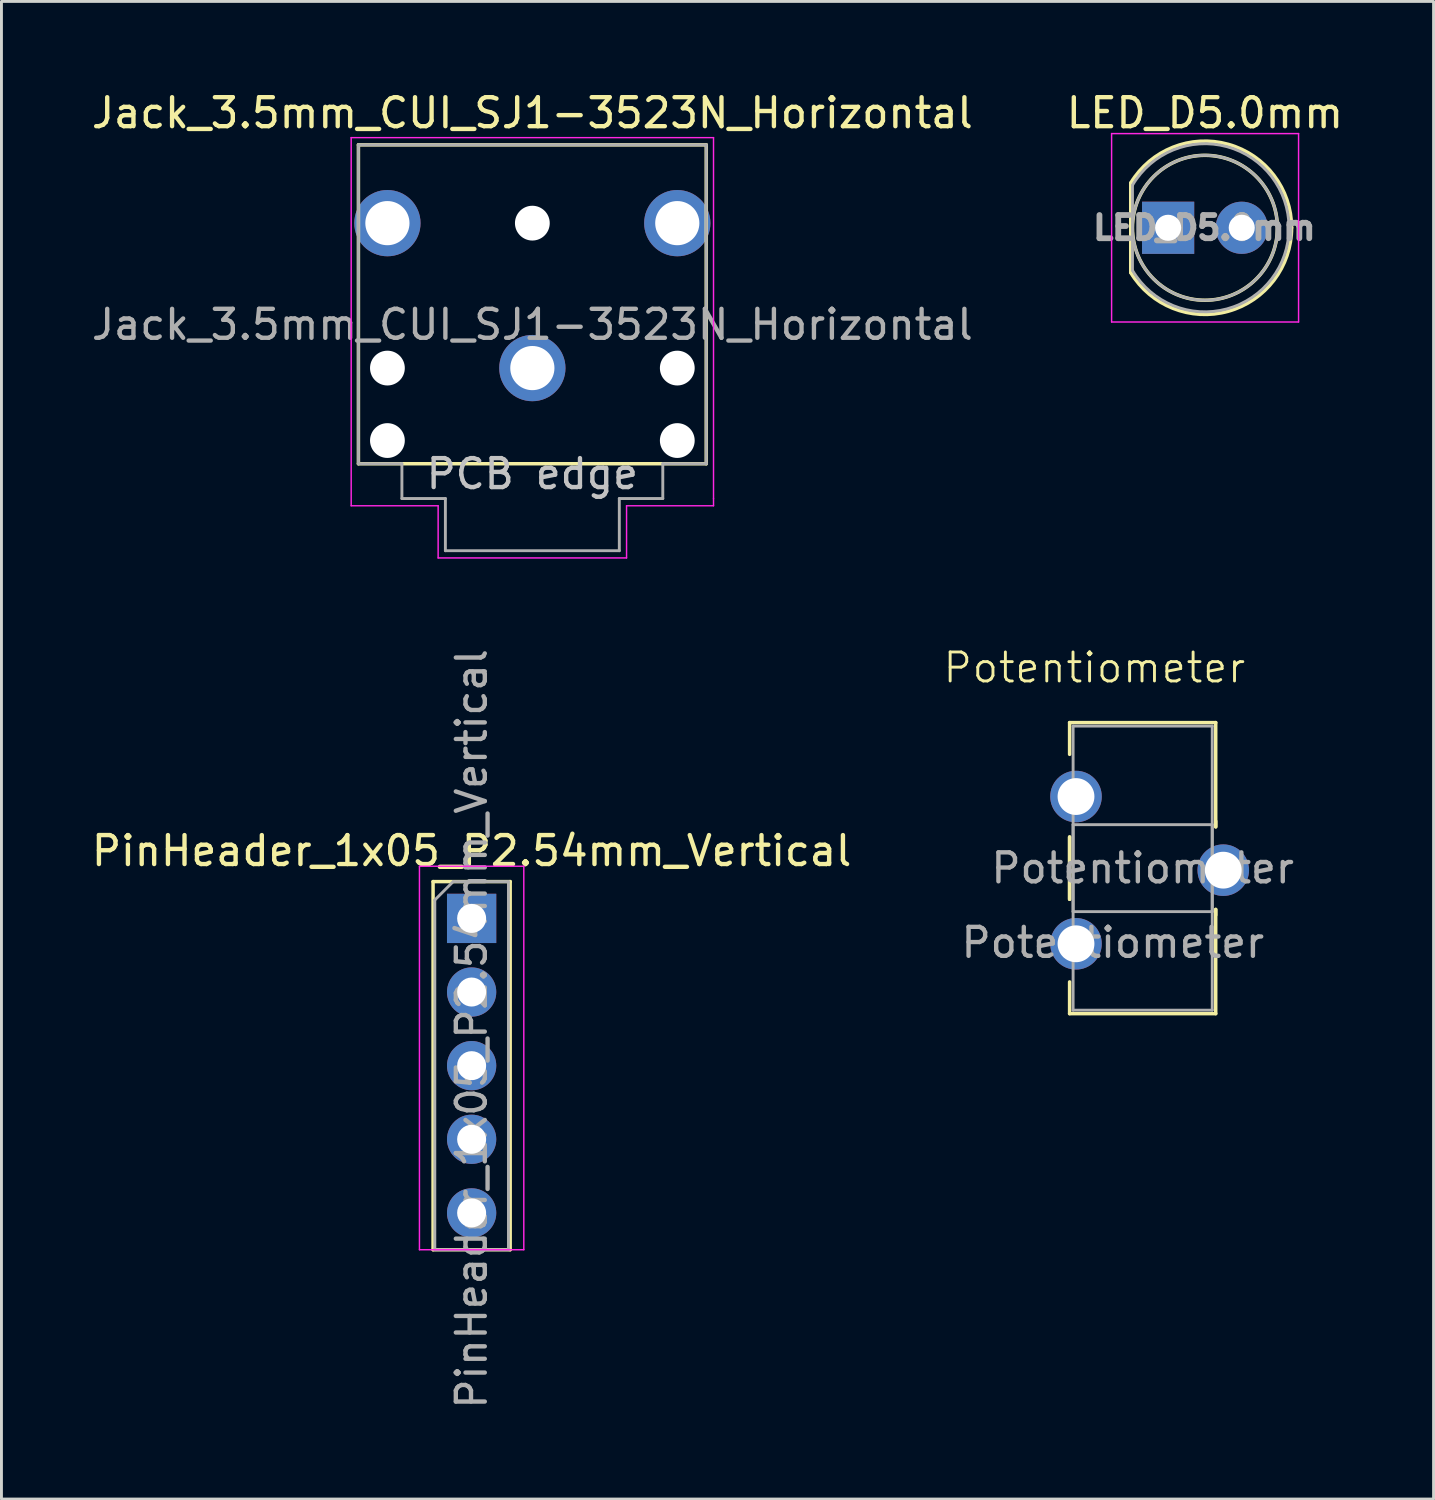
<source format=kicad_pcb>
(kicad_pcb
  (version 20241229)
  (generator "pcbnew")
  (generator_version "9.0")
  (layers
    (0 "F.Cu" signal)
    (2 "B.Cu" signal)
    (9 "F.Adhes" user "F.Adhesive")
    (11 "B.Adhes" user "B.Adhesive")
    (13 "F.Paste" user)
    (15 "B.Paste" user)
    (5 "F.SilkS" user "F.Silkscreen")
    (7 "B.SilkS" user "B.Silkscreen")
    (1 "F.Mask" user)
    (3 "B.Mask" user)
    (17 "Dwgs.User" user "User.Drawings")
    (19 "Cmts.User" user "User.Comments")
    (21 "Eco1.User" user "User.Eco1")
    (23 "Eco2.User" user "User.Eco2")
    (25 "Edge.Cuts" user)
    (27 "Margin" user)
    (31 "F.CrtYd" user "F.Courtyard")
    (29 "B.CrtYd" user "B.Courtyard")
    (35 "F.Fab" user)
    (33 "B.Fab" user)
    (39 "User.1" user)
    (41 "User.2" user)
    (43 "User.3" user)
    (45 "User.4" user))
  (footprint "PinHeader_1x05_P2.54mm_Vertical"
    (layer "F.Cu")
    (at 13.22 28.633)
    (property "Reference" "PinHeader_1x05_P2.54mm_Vertical" (at 0 -2.33 0) (layer "F.SilkS") (effects (font (size 1 1) (thickness 0.15))))
    (attr through_hole)
    (fp_line (start -1.33 -1.27) (end -1.33 11.43) (stroke (width 0.12) (type solid)) (layer "F.SilkS"))
    (fp_line (start -1.33 -1.27) (end 1.33 -1.27) (stroke (width 0.12) (type solid)) (layer "F.SilkS"))
    (fp_line (start -1.33 11.43) (end 1.33 11.43) (stroke (width 0.12) (type solid)) (layer "F.SilkS"))
    (fp_line (start 1.33 -1.27) (end 1.33 11.43) (stroke (width 0.12) (type solid)) (layer "F.SilkS"))
    (fp_line (start -1.8 -1.8) (end -1.8 11.43) (stroke (width 0.05) (type solid)) (layer "F.CrtYd"))
    (fp_line (start -1.8 11.43) (end 1.8 11.43) (stroke (width 0.05) (type solid)) (layer "F.CrtYd"))
    (fp_line (start 1.8 -1.8) (end -1.8 -1.8) (stroke (width 0.05) (type solid)) (layer "F.CrtYd"))
    (fp_line (start 1.8 11.43) (end 1.8 -1.8) (stroke (width 0.05) (type solid)) (layer "F.CrtYd"))
    (fp_line (start -1.27 -0.635) (end -0.635 -1.27) (stroke (width 0.1) (type solid)) (layer "F.Fab"))
    (fp_line (start -1.27 11.43) (end -1.27 -0.635) (stroke (width 0.1) (type solid)) (layer "F.Fab"))
    (fp_line (start -0.635 -1.27) (end 1.27 -1.27) (stroke (width 0.1) (type solid)) (layer "F.Fab"))
    (fp_line (start 1.27 -1.27) (end 1.27 11.43) (stroke (width 0.1) (type solid)) (layer "F.Fab"))
    (fp_line (start 1.27 11.43) (end -1.27 11.43) (stroke (width 0.1) (type solid)) (layer "F.Fab"))
    (fp_text user "${REFERENCE}" (at 0 3.81 90) (layer "F.Fab") (effects (font (size 1 1) (thickness 0.15))))
    (pad "1" thru_hole rect (at 0 0) (size 1.7 1.7) (drill 1) (layers "*.Cu" "*.Mask"))
    (pad "2" thru_hole oval (at 0 2.54) (size 1.7 1.7) (drill 1) (layers "*.Cu" "*.Mask"))
    (pad "3" thru_hole oval (at 0 5.08) (size 1.7 1.7) (drill 1) (layers "*.Cu" "*.Mask"))
    (pad "4" thru_hole oval (at 0 7.62) (size 1.7 1.7) (drill 1) (layers "*.Cu" "*.Mask"))
    (pad "5" thru_hole oval (at 0 10.16) (size 1.7 1.7) (drill 1) (layers "*.Cu" "*.Mask")))
  (footprint "Jack_3.5mm_CUI_SJ1-3523N_Horizontal"
    (layer "F.Cu")
    (at 15.315 9.648)
    (property "Reference" "Jack_3.5mm_CUI_SJ1-3523N_Horizontal" (at 0 -8.8 0) (layer "F.SilkS") (effects (font (size 1 1) (thickness 0.15))))
    (attr through_hole exclude_from_pos_files exclude_from_bom)
    (fp_line (start -6 -7.7) (end 6 -7.7) (stroke (width 0.12) (type solid)) (layer "F.SilkS"))
    (fp_line (start -6 3.3) (end -6 -7.7) (stroke (width 0.12) (type solid)) (layer "F.SilkS"))
    (fp_line (start 4.5 3.3) (end -6 3.3) (stroke (width 0.12) (type solid)) (layer "F.SilkS"))
    (fp_line (start 6 -7.7) (end 6 3.3) (stroke (width 0.12) (type solid)) (layer "F.SilkS"))
    (fp_line (start 6 3.3) (end 4.5 3.3) (stroke (width 0.12) (type solid)) (layer "F.SilkS"))
    (fp_line (start -6.25 -7.95) (end -6.25 4.75) (stroke (width 0.05) (type solid)) (layer "F.CrtYd"))
    (fp_line (start -6.25 4.75) (end -3.25 4.75) (stroke (width 0.05) (type solid)) (layer "F.CrtYd"))
    (fp_line (start -3.25 4.75) (end -3.25 6.55) (stroke (width 0.05) (type solid)) (layer "F.CrtYd"))
    (fp_line (start -3.25 6.55) (end 3.25 6.55) (stroke (width 0.05) (type solid)) (layer "F.CrtYd"))
    (fp_line (start 3.25 4.75) (end 6.25 4.75) (stroke (width 0.05) (type solid)) (layer "F.CrtYd"))
    (fp_line (start 3.25 6.55) (end 3.25 4.75) (stroke (width 0.05) (type solid)) (layer "F.CrtYd"))
    (fp_line (start 6.25 -7.95) (end -6.25 -7.95) (stroke (width 0.05) (type solid)) (layer "F.CrtYd"))
    (fp_line (start 6.25 4.5) (end 6.25 -7.95) (stroke (width 0.05) (type solid)) (layer "F.CrtYd"))
    (fp_line (start 6.25 4.75) (end 6.25 4.5) (stroke (width 0.05) (type solid)) (layer "F.CrtYd"))
    (fp_line (start -6 -7.7) (end 6 -7.7) (stroke (width 0.1) (type solid)) (layer "F.Fab"))
    (fp_line (start -6 3.3) (end -6 -7.7) (stroke (width 0.1) (type solid)) (layer "F.Fab"))
    (fp_line (start -4.5 3.3) (end -6 3.3) (stroke (width 0.1) (type solid)) (layer "F.Fab"))
    (fp_line (start -4.5 4.5) (end -4.5 3.3) (stroke (width 0.1) (type solid)) (layer "F.Fab"))
    (fp_line (start -4.5 4.5) (end -3 4.5) (stroke (width 0.1) (type solid)) (layer "F.Fab"))
    (fp_line (start -3 4.5) (end -3 6.3) (stroke (width 0.1) (type solid)) (layer "F.Fab"))
    (fp_line (start -3 6.3) (end 3 6.3) (stroke (width 0.1) (type solid)) (layer "F.Fab"))
    (fp_line (start 3 4.5) (end 3 6.3) (stroke (width 0.1) (type solid)) (layer "F.Fab"))
    (fp_line (start 4.5 3.3) (end 6 3.3) (stroke (width 0.1) (type solid)) (layer "F.Fab"))
    (fp_line (start 4.5 4.5) (end 3 4.5) (stroke (width 0.1) (type solid)) (layer "F.Fab"))
    (fp_line (start 4.5 4.5) (end 4.5 3.3) (stroke (width 0.1) (type solid)) (layer "F.Fab"))
    (fp_line (start 6 3.3) (end 6 -7.7) (stroke (width 0.1) (type solid)) (layer "F.Fab"))
    (fp_text user "PCB edge" (at 0 3.65 0) (unlocked yes) (layer "Dwgs.User") (effects (font (size 1 1) (thickness 0.15))))
    (fp_text user "${REFERENCE}" (at 0 -1.5 0) (layer "F.Fab") (effects (font (size 1 1) (thickness 0.15))))
    (pad "" np_thru_hole circle (at -5 0) (size 1.2 1.2) (drill 1.2) (layers "*.Cu"))
    (pad "" np_thru_hole circle (at -5 2.5) (size 1.2 1.2) (drill 1.2) (layers "*.Cu"))
    (pad "" np_thru_hole circle (at 0 -5) (size 1.2 1.2) (drill 1.2) (layers "*.Cu"))
    (pad "" np_thru_hole circle (at 5 0) (size 1.2 1.2) (drill 1.2) (layers "*.Cu"))
    (pad "" np_thru_hole circle (at 5 2.5) (size 1.2 1.2) (drill 1.2) (layers "*.Cu"))
    (pad "R" thru_hole circle (at -5 -5) (size 2.286 2.286) (drill 1.524) (layers "*.Cu" "*.Mask"))
    (pad "S" thru_hole circle (at 0 0) (size 2.286 2.286) (drill 1.524) (layers "*.Cu" "*.Mask"))
    (pad "T" thru_hole circle (at 5 -5 180) (size 2.286 2.286) (drill 1.524) (layers "*.Cu" "*.Mask")))
  (footprint "Potentiometer"
    (layer "F.Cu")
    (at 35.34 26.969)
    (property "Reference" "Potentiometer" (at -0.635 -6.985 0) (unlocked yes) (layer "F.SilkS") (effects (font (size 1 1) (thickness 0.1))))
    (attr through_hole)
    (fp_line (start -1.491 -5.091) (end -1.491 -3.996) (stroke (width 0.12) (type solid)) (layer "F.SilkS"))
    (fp_line (start -1.491 -5.091) (end 3.55 -5.091) (stroke (width 0.12) (type solid)) (layer "F.SilkS"))
    (fp_line (start -1.491 -1.144) (end -1.491 1.005) (stroke (width 0.12) (type solid)) (layer "F.SilkS"))
    (fp_line (start -1.491 -1.144) (end -1.491 1.005) (stroke (width 0.12) (type solid)) (layer "F.SilkS"))
    (fp_line (start -1.491 3.855) (end -1.491 4.95) (stroke (width 0.12) (type solid)) (layer "F.SilkS"))
    (fp_line (start -1.491 4.95) (end 3.55 4.95) (stroke (width 0.12) (type solid)) (layer "F.SilkS"))
    (fp_line (start 3.55 -5.091) (end 3.55 -1.495) (stroke (width 0.12) (type solid)) (layer "F.SilkS"))
    (fp_line (start 3.55 -1.69) (end 3.55 -1.495) (stroke (width 0.12) (type solid)) (layer "F.SilkS"))
    (fp_line (start 3.55 1.355) (end 3.55 1.55) (stroke (width 0.12) (type solid)) (layer "F.SilkS"))
    (fp_line (start 3.55 1.355) (end 3.55 4.95) (stroke (width 0.12) (type solid)) (layer "F.SilkS"))
    (fp_line (start -1.37 -4.97) (end 3.43 -4.97) (stroke (width 0.1) (type solid)) (layer "F.Fab"))
    (fp_line (start -1.37 -1.57) (end -1.37 1.43) (stroke (width 0.1) (type solid)) (layer "F.Fab"))
    (fp_line (start -1.37 1.43) (end 3.43 1.43) (stroke (width 0.1) (type solid)) (layer "F.Fab"))
    (fp_line (start -1.37 4.83) (end -1.37 -4.97) (stroke (width 0.1) (type solid)) (layer "F.Fab"))
    (fp_line (start 3.43 -4.97) (end 3.43 4.83) (stroke (width 0.1) (type solid)) (layer "F.Fab"))
    (fp_line (start 3.43 -1.57) (end -1.37 -1.57) (stroke (width 0.1) (type solid)) (layer "F.Fab"))
    (fp_line (start 3.43 1.43) (end 3.43 -1.57) (stroke (width 0.1) (type solid)) (layer "F.Fab"))
    (fp_line (start 3.43 4.83) (end -1.37 4.83) (stroke (width 0.1) (type solid)) (layer "F.Fab"))
    (fp_text user "${REFERENCE}" (at 0 2.5 0) (unlocked yes) (layer "F.Fab") (effects (font (size 1 1) (thickness 0.15))))
    (fp_text user "${REFERENCE}" (at 1.03 -0.07 0) (layer "F.Fab") (effects (font (size 1 1) (thickness 0.15))))
    (pad "1" thru_hole circle (at -1.27 -2.54) (size 1.778 1.778) (drill 1.27) (layers "*.Cu" "*.Mask"))
    (pad "2" thru_hole circle (at 3.81 0) (size 1.778 1.778) (drill 1.27) (layers "*.Cu" "*.Mask"))
    (pad "3" thru_hole circle (at -1.27 2.54) (size 1.778 1.778) (drill 1.27) (layers "*.Cu" "*.Mask")))
  (footprint "LED_D5.0mm"
    (layer "F.Cu")
    (at 37.248 4.808)
    (property "Reference" "LED_D5.0mm" (at 1.27 -3.96 0) (layer "F.SilkS") (effects (font (size 1 1) (thickness 0.15))))
    (attr through_hole)
    (fp_line (start -1.29 -1.545) (end -1.29 1.545) (stroke (width 0.12) (type solid)) (layer "F.SilkS"))
    (fp_arc (start -1.29 -1.54483) (mid 2.072002 -2.880433) (end 4.26 0.000462) (stroke (width 0.12) (type solid)) (layer "F.SilkS"))
    (fp_arc (start 4.26 -0.000462) (mid 2.072002 2.880433) (end -1.29 1.54483) (stroke (width 0.12) (type solid)) (layer "F.SilkS"))
    (fp_circle (center 1.27 0) (end 3.77 0) (stroke (width 0.12) (type solid)) (fill no) (layer "F.SilkS"))
    (fp_line (start -1.95 -3.25) (end -1.95 3.25) (stroke (width 0.05) (type solid)) (layer "F.CrtYd"))
    (fp_line (start -1.95 3.25) (end 4.5 3.25) (stroke (width 0.05) (type solid)) (layer "F.CrtYd"))
    (fp_line (start 4.5 -3.25) (end -1.95 -3.25) (stroke (width 0.05) (type solid)) (layer "F.CrtYd"))
    (fp_line (start 4.5 3.25) (end 4.5 -3.25) (stroke (width 0.05) (type solid)) (layer "F.CrtYd"))
    (fp_line (start -1.23 -1.47) (end -1.23 1.47) (stroke (width 0.1) (type solid)) (layer "F.Fab"))
    (fp_arc (start -1.23 -1.469694) (mid 4.17 0.000016) (end -1.230016 1.469666) (stroke (width 0.1) (type solid)) (layer "F.Fab"))
    (fp_circle (center 1.27 0) (end 3.77 0) (stroke (width 0.1) (type solid)) (fill no) (layer "F.Fab"))
    (fp_text user "${REFERENCE}" (at 1.25 0 0) (layer "F.Fab") (effects (font (size 0.8 0.8) (thickness 0.2))))
    (pad "1" thru_hole rect (at 0 0) (size 1.8 1.8) (drill 0.9) (layers "*.Cu" "*.Mask"))
    (pad "2" thru_hole circle (at 2.54 0) (size 1.8 1.8) (drill 0.9) (layers "*.Cu" "*.Mask")))
  (gr_rect
    (start -3 -3)
    (end 46.405 48.664)
    (stroke (width 0.1) (type default))
    (fill no)
    (layer "Edge.Cuts")))
</source>
